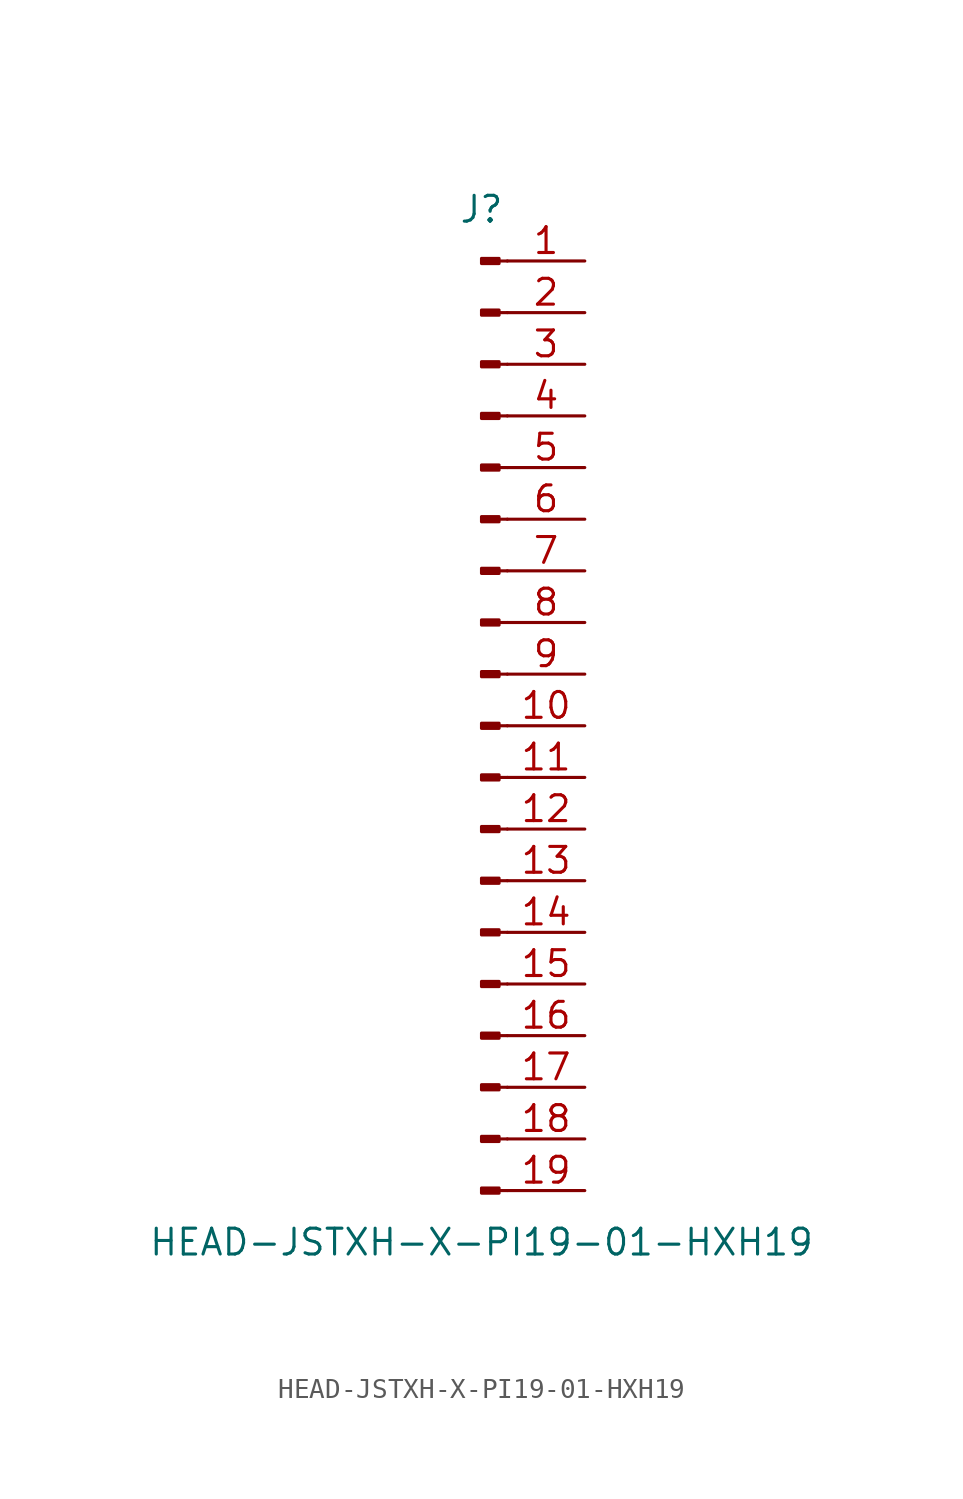
<source format=kicad_sym>
(kicad_symbol_lib
  (version 20211014)
  (generator kicad_symbol_editor)
  (symbol "HEAD-JSTXH-X-PI19-01-HXH19"
    (pin_names
      (offset 1.016) hide)
    (property "Reference" "J"
      (at 0 25.4 0)
      (effects (font (size 1.27 1.27))))
    (property "Value" "HEAD-JSTXH-X-PI19-01-HXH19"
      (at 0 -25.4 0)
      (effects (font (size 1.27 1.27))))
    (symbol "HEAD-JSTXH-X-PI19-01-HXH19_1_1"
      (polyline (pts (xy 1.27 -22.86) (xy 0.864 -22.86)) (stroke (width 0.152) (type default) (color 0 0 0 0)) (fill (type none)))
      (polyline (pts (xy 1.27 -20.32) (xy 0.864 -20.32)) (stroke (width 0.152) (type default) (color 0 0 0 0)) (fill (type none)))
      (polyline (pts (xy 1.27 -17.78) (xy 0.864 -17.78)) (stroke (width 0.152) (type default) (color 0 0 0 0)) (fill (type none)))
      (polyline (pts (xy 1.27 -15.24) (xy 0.864 -15.24)) (stroke (width 0.152) (type default) (color 0 0 0 0)) (fill (type none)))
      (polyline (pts (xy 1.27 -12.7) (xy 0.864 -12.7)) (stroke (width 0.152) (type default) (color 0 0 0 0)) (fill (type none)))
      (polyline (pts (xy 1.27 -10.16) (xy 0.864 -10.16)) (stroke (width 0.152) (type default) (color 0 0 0 0)) (fill (type none)))
      (polyline (pts (xy 1.27 -7.62) (xy 0.864 -7.62)) (stroke (width 0.152) (type default) (color 0 0 0 0)) (fill (type none)))
      (polyline (pts (xy 1.27 -5.08) (xy 0.864 -5.08)) (stroke (width 0.152) (type default) (color 0 0 0 0)) (fill (type none)))
      (polyline (pts (xy 1.27 -2.54) (xy 0.864 -2.54)) (stroke (width 0.152) (type default) (color 0 0 0 0)) (fill (type none)))
      (polyline (pts (xy 1.27 0) (xy 0.864 0)) (stroke (width 0.152) (type default) (color 0 0 0 0)) (fill (type none)))
      (polyline (pts (xy 1.27 2.54) (xy 0.864 2.54)) (stroke (width 0.152) (type default) (color 0 0 0 0)) (fill (type none)))
      (polyline (pts (xy 1.27 5.08) (xy 0.864 5.08)) (stroke (width 0.152) (type default) (color 0 0 0 0)) (fill (type none)))
      (polyline (pts (xy 1.27 7.62) (xy 0.864 7.62)) (stroke (width 0.152) (type default) (color 0 0 0 0)) (fill (type none)))
      (polyline (pts (xy 1.27 10.16) (xy 0.864 10.16)) (stroke (width 0.152) (type default) (color 0 0 0 0)) (fill (type none)))
      (polyline (pts (xy 1.27 12.7) (xy 0.864 12.7)) (stroke (width 0.152) (type default) (color 0 0 0 0)) (fill (type none)))
      (polyline (pts (xy 1.27 15.24) (xy 0.864 15.24)) (stroke (width 0.152) (type default) (color 0 0 0 0)) (fill (type none)))
      (polyline (pts (xy 1.27 17.78) (xy 0.864 17.78)) (stroke (width 0.152) (type default) (color 0 0 0 0)) (fill (type none)))
      (polyline (pts (xy 1.27 20.32) (xy 0.864 20.32)) (stroke (width 0.152) (type default) (color 0 0 0 0)) (fill (type none)))
      (polyline (pts (xy 1.27 22.86) (xy 0.864 22.86)) (stroke (width 0.152) (type default) (color 0 0 0 0)) (fill (type none)))
      (rectangle (start 0.864 -22.733) (end 0 -22.987) (stroke (width 0.152) (type default) (color 0 0 0 0)) (fill (type outline)))
      (rectangle (start 0.864 -20.193) (end 0 -20.447) (stroke (width 0.152) (type default) (color 0 0 0 0)) (fill (type outline)))
      (rectangle (start 0.864 -17.653) (end 0 -17.907) (stroke (width 0.152) (type default) (color 0 0 0 0)) (fill (type outline)))
      (rectangle (start 0.864 -15.113) (end 0 -15.367) (stroke (width 0.152) (type default) (color 0 0 0 0)) (fill (type outline)))
      (rectangle (start 0.864 -12.573) (end 0 -12.827) (stroke (width 0.152) (type default) (color 0 0 0 0)) (fill (type outline)))
      (rectangle (start 0.864 -10.033) (end 0 -10.287) (stroke (width 0.152) (type default) (color 0 0 0 0)) (fill (type outline)))
      (rectangle (start 0.864 -7.493) (end 0 -7.747) (stroke (width 0.152) (type default) (color 0 0 0 0)) (fill (type outline)))
      (rectangle (start 0.864 -4.953) (end 0 -5.207) (stroke (width 0.152) (type default) (color 0 0 0 0)) (fill (type outline)))
      (rectangle (start 0.864 -2.413) (end 0 -2.667) (stroke (width 0.152) (type default) (color 0 0 0 0)) (fill (type outline)))
      (rectangle (start 0.864 0.127) (end 0 -0.127) (stroke (width 0.152) (type default) (color 0 0 0 0)) (fill (type outline)))
      (rectangle (start 0.864 2.667) (end 0 2.413) (stroke (width 0.152) (type default) (color 0 0 0 0)) (fill (type outline)))
      (rectangle (start 0.864 5.207) (end 0 4.953) (stroke (width 0.152) (type default) (color 0 0 0 0)) (fill (type outline)))
      (rectangle (start 0.864 7.747) (end 0 7.493) (stroke (width 0.152) (type default) (color 0 0 0 0)) (fill (type outline)))
      (rectangle (start 0.864 10.287) (end 0 10.033) (stroke (width 0.152) (type default) (color 0 0 0 0)) (fill (type outline)))
      (rectangle (start 0.864 12.827) (end 0 12.573) (stroke (width 0.152) (type default) (color 0 0 0 0)) (fill (type outline)))
      (rectangle (start 0.864 15.367) (end 0 15.113) (stroke (width 0.152) (type default) (color 0 0 0 0)) (fill (type outline)))
      (rectangle (start 0.864 17.907) (end 0 17.653) (stroke (width 0.152) (type default) (color 0 0 0 0)) (fill (type outline)))
      (rectangle (start 0.864 20.447) (end 0 20.193) (stroke (width 0.152) (type default) (color 0 0 0 0)) (fill (type outline)))
      (rectangle (start 0.864 22.987) (end 0 22.733) (stroke (width 0.152) (type default) (color 0 0 0 0)) (fill (type outline)))
      (pin passive line (at 5.08 22.86 180) (length 3.81) (name "Pin_1" (effects (font (size 1.27 1.27)))) (number "1" (effects (font (size 1.27 1.27)))))
      (pin passive line (at 5.08 0 180) (length 3.81) (name "Pin_10" (effects (font (size 1.27 1.27)))) (number "10" (effects (font (size 1.27 1.27)))))
      (pin passive line (at 5.08 -2.54 180) (length 3.81) (name "Pin_11" (effects (font (size 1.27 1.27)))) (number "11" (effects (font (size 1.27 1.27)))))
      (pin passive line (at 5.08 -5.08 180) (length 3.81) (name "Pin_12" (effects (font (size 1.27 1.27)))) (number "12" (effects (font (size 1.27 1.27)))))
      (pin passive line (at 5.08 -7.62 180) (length 3.81) (name "Pin_13" (effects (font (size 1.27 1.27)))) (number "13" (effects (font (size 1.27 1.27)))))
      (pin passive line (at 5.08 -10.16 180) (length 3.81) (name "Pin_14" (effects (font (size 1.27 1.27)))) (number "14" (effects (font (size 1.27 1.27)))))
      (pin passive line (at 5.08 -12.7 180) (length 3.81) (name "Pin_15" (effects (font (size 1.27 1.27)))) (number "15" (effects (font (size 1.27 1.27)))))
      (pin passive line (at 5.08 -15.24 180) (length 3.81) (name "Pin_16" (effects (font (size 1.27 1.27)))) (number "16" (effects (font (size 1.27 1.27)))))
      (pin passive line (at 5.08 -17.78 180) (length 3.81) (name "Pin_17" (effects (font (size 1.27 1.27)))) (number "17" (effects (font (size 1.27 1.27)))))
      (pin passive line (at 5.08 -20.32 180) (length 3.81) (name "Pin_18" (effects (font (size 1.27 1.27)))) (number "18" (effects (font (size 1.27 1.27)))))
      (pin passive line (at 5.08 -22.86 180) (length 3.81) (name "Pin_19" (effects (font (size 1.27 1.27)))) (number "19" (effects (font (size 1.27 1.27)))))
      (pin passive line (at 5.08 20.32 180) (length 3.81) (name "Pin_2" (effects (font (size 1.27 1.27)))) (number "2" (effects (font (size 1.27 1.27)))))
      (pin passive line (at 5.08 17.78 180) (length 3.81) (name "Pin_3" (effects (font (size 1.27 1.27)))) (number "3" (effects (font (size 1.27 1.27)))))
      (pin passive line (at 5.08 15.24 180) (length 3.81) (name "Pin_4" (effects (font (size 1.27 1.27)))) (number "4" (effects (font (size 1.27 1.27)))))
      (pin passive line (at 5.08 12.7 180) (length 3.81) (name "Pin_5" (effects (font (size 1.27 1.27)))) (number "5" (effects (font (size 1.27 1.27)))))
      (pin passive line (at 5.08 10.16 180) (length 3.81) (name "Pin_6" (effects (font (size 1.27 1.27)))) (number "6" (effects (font (size 1.27 1.27)))))
      (pin passive line (at 5.08 7.62 180) (length 3.81) (name "Pin_7" (effects (font (size 1.27 1.27)))) (number "7" (effects (font (size 1.27 1.27)))))
      (pin passive line (at 5.08 5.08 180) (length 3.81) (name "Pin_8" (effects (font (size 1.27 1.27)))) (number "8" (effects (font (size 1.27 1.27)))))
      (pin passive line (at 5.08 2.54 180) (length 3.81) (name "Pin_9" (effects (font (size 1.27 1.27)))) (number "9" (effects (font (size 1.27 1.27))))))))
</source>
